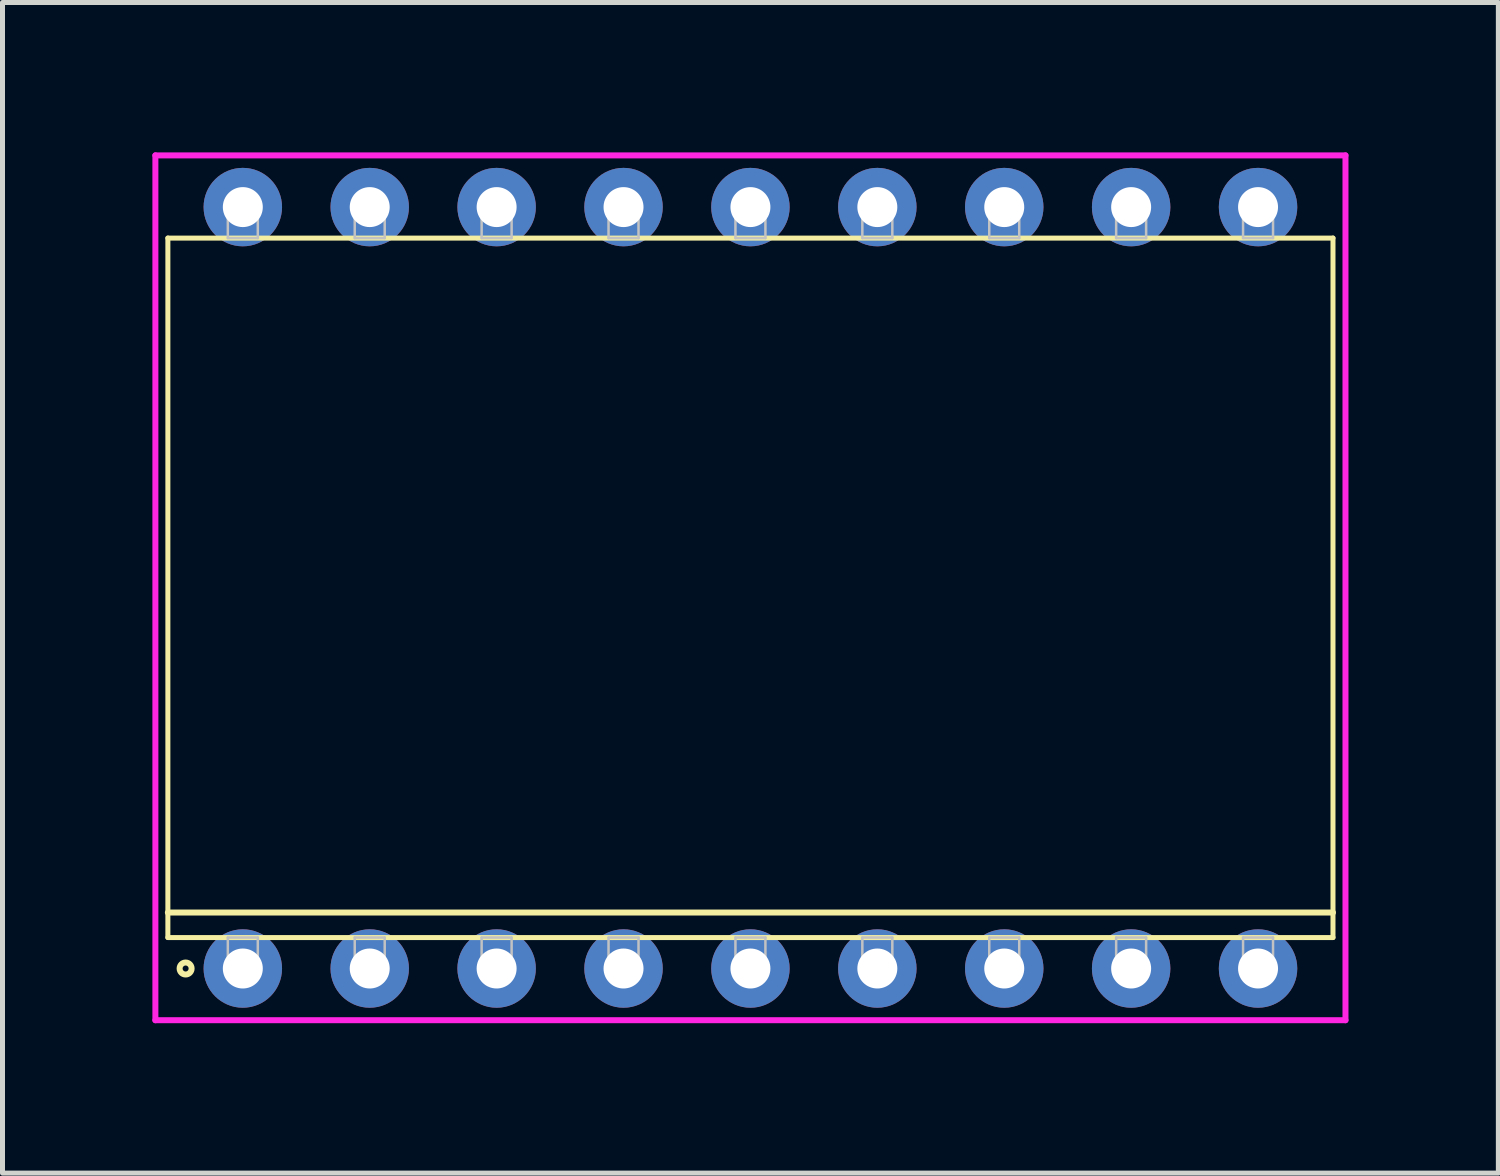
<source format=kicad_pcb>
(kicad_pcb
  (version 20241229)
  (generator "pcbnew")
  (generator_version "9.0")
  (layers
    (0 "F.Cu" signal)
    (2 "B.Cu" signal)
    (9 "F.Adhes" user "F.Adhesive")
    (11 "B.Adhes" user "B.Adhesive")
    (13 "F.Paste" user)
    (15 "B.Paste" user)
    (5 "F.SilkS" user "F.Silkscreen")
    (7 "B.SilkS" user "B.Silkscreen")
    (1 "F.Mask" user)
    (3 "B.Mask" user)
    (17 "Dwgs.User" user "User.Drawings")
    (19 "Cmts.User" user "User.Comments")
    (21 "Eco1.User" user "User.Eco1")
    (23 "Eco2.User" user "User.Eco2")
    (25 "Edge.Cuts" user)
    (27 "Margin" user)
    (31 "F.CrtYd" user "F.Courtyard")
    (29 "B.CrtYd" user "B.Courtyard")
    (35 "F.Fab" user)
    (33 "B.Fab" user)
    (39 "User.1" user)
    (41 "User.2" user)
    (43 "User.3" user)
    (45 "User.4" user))
  (footprint "DIP254P2332x1400-18"
    (layer "F.Cu")
    (at 11.97 8.715)
    (property "Reference" "DIP254P2332x1400-18" (at 0 3 0) (layer "User.1") (effects (font (size 1 1) (thickness 0.1))))
    (attr through_hole)
    (fp_line (start -11.66 -7) (end -11.66 7) (stroke (width 0.1) (type solid)) (layer "F.SilkS"))
    (fp_line (start -11.66 6.5) (end 11.66 6.5) (stroke (width 0.12) (type solid)) (layer "F.SilkS"))
    (fp_line (start -11.66 7) (end 11.66 7) (stroke (width 0.1) (type solid)) (layer "F.SilkS"))
    (fp_line (start 11.66 -7) (end -11.66 -7) (stroke (width 0.1) (type solid)) (layer "F.SilkS"))
    (fp_line (start 11.66 7) (end 11.66 -7) (stroke (width 0.1) (type solid)) (layer "F.SilkS"))
    (fp_circle (center -11.305 7.62) (end -11.185 7.62) (stroke (width 0.12) (type solid)) (fill no) (layer "F.SilkS"))
    (fp_line (start -10.46 -7.62) (end -10.46 -7) (stroke (width 0.05) (type solid)) (layer "Dwgs.User"))
    (fp_line (start -10.46 -7) (end -9.86 -7) (stroke (width 0.05) (type solid)) (layer "Dwgs.User"))
    (fp_line (start -10.46 7) (end -9.86 7) (stroke (width 0.05) (type solid)) (layer "Dwgs.User"))
    (fp_line (start -10.46 7.62) (end -10.46 7) (stroke (width 0.05) (type solid)) (layer "Dwgs.User"))
    (fp_line (start -9.86 -7.62) (end -10.46 -7.62) (stroke (width 0.05) (type solid)) (layer "Dwgs.User"))
    (fp_line (start -9.86 -7) (end -9.86 -7.62) (stroke (width 0.05) (type solid)) (layer "Dwgs.User"))
    (fp_line (start -9.86 7) (end -9.86 7.62) (stroke (width 0.05) (type solid)) (layer "Dwgs.User"))
    (fp_line (start -9.86 7.62) (end -10.46 7.62) (stroke (width 0.05) (type solid)) (layer "Dwgs.User"))
    (fp_line (start -7.92 -7.62) (end -7.92 -7) (stroke (width 0.05) (type solid)) (layer "Dwgs.User"))
    (fp_line (start -7.92 -7) (end -7.32 -7) (stroke (width 0.05) (type solid)) (layer "Dwgs.User"))
    (fp_line (start -7.92 7) (end -7.32 7) (stroke (width 0.05) (type solid)) (layer "Dwgs.User"))
    (fp_line (start -7.92 7.62) (end -7.92 7) (stroke (width 0.05) (type solid)) (layer "Dwgs.User"))
    (fp_line (start -7.32 -7.62) (end -7.92 -7.62) (stroke (width 0.05) (type solid)) (layer "Dwgs.User"))
    (fp_line (start -7.32 -7) (end -7.32 -7.62) (stroke (width 0.05) (type solid)) (layer "Dwgs.User"))
    (fp_line (start -7.32 7) (end -7.32 7.62) (stroke (width 0.05) (type solid)) (layer "Dwgs.User"))
    (fp_line (start -7.32 7.62) (end -7.92 7.62) (stroke (width 0.05) (type solid)) (layer "Dwgs.User"))
    (fp_line (start -5.38 -7.62) (end -5.38 -7) (stroke (width 0.05) (type solid)) (layer "Dwgs.User"))
    (fp_line (start -5.38 -7) (end -4.78 -7) (stroke (width 0.05) (type solid)) (layer "Dwgs.User"))
    (fp_line (start -5.38 7) (end -4.78 7) (stroke (width 0.05) (type solid)) (layer "Dwgs.User"))
    (fp_line (start -5.38 7.62) (end -5.38 7) (stroke (width 0.05) (type solid)) (layer "Dwgs.User"))
    (fp_line (start -4.78 -7.62) (end -5.38 -7.62) (stroke (width 0.05) (type solid)) (layer "Dwgs.User"))
    (fp_line (start -4.78 -7) (end -4.78 -7.62) (stroke (width 0.05) (type solid)) (layer "Dwgs.User"))
    (fp_line (start -4.78 7) (end -4.78 7.62) (stroke (width 0.05) (type solid)) (layer "Dwgs.User"))
    (fp_line (start -4.78 7.62) (end -5.38 7.62) (stroke (width 0.05) (type solid)) (layer "Dwgs.User"))
    (fp_line (start -2.84 -7.62) (end -2.84 -7) (stroke (width 0.05) (type solid)) (layer "Dwgs.User"))
    (fp_line (start -2.84 -7) (end -2.24 -7) (stroke (width 0.05) (type solid)) (layer "Dwgs.User"))
    (fp_line (start -2.84 7) (end -2.24 7) (stroke (width 0.05) (type solid)) (layer "Dwgs.User"))
    (fp_line (start -2.84 7.62) (end -2.84 7) (stroke (width 0.05) (type solid)) (layer "Dwgs.User"))
    (fp_line (start -2.24 -7.62) (end -2.84 -7.62) (stroke (width 0.05) (type solid)) (layer "Dwgs.User"))
    (fp_line (start -2.24 -7) (end -2.24 -7.62) (stroke (width 0.05) (type solid)) (layer "Dwgs.User"))
    (fp_line (start -2.24 7) (end -2.24 7.62) (stroke (width 0.05) (type solid)) (layer "Dwgs.User"))
    (fp_line (start -2.24 7.62) (end -2.84 7.62) (stroke (width 0.05) (type solid)) (layer "Dwgs.User"))
    (fp_line (start -0.3 -7.62) (end -0.3 -7) (stroke (width 0.05) (type solid)) (layer "Dwgs.User"))
    (fp_line (start -0.3 -7) (end 0.3 -7) (stroke (width 0.05) (type solid)) (layer "Dwgs.User"))
    (fp_line (start -0.3 7) (end 0.3 7) (stroke (width 0.05) (type solid)) (layer "Dwgs.User"))
    (fp_line (start -0.3 7.62) (end -0.3 7) (stroke (width 0.05) (type solid)) (layer "Dwgs.User"))
    (fp_line (start 0.3 -7.62) (end -0.3 -7.62) (stroke (width 0.05) (type solid)) (layer "Dwgs.User"))
    (fp_line (start 0.3 -7) (end 0.3 -7.62) (stroke (width 0.05) (type solid)) (layer "Dwgs.User"))
    (fp_line (start 0.3 7) (end 0.3 7.62) (stroke (width 0.05) (type solid)) (layer "Dwgs.User"))
    (fp_line (start 0.3 7.62) (end -0.3 7.62) (stroke (width 0.05) (type solid)) (layer "Dwgs.User"))
    (fp_line (start 2.24 -7.62) (end 2.24 -7) (stroke (width 0.05) (type solid)) (layer "Dwgs.User"))
    (fp_line (start 2.24 -7) (end 2.84 -7) (stroke (width 0.05) (type solid)) (layer "Dwgs.User"))
    (fp_line (start 2.24 7) (end 2.84 7) (stroke (width 0.05) (type solid)) (layer "Dwgs.User"))
    (fp_line (start 2.24 7.62) (end 2.24 7) (stroke (width 0.05) (type solid)) (layer "Dwgs.User"))
    (fp_line (start 2.84 -7.62) (end 2.24 -7.62) (stroke (width 0.05) (type solid)) (layer "Dwgs.User"))
    (fp_line (start 2.84 -7) (end 2.84 -7.62) (stroke (width 0.05) (type solid)) (layer "Dwgs.User"))
    (fp_line (start 2.84 7) (end 2.84 7.62) (stroke (width 0.05) (type solid)) (layer "Dwgs.User"))
    (fp_line (start 2.84 7.62) (end 2.24 7.62) (stroke (width 0.05) (type solid)) (layer "Dwgs.User"))
    (fp_line (start 4.78 -7.62) (end 4.78 -7) (stroke (width 0.05) (type solid)) (layer "Dwgs.User"))
    (fp_line (start 4.78 -7) (end 5.38 -7) (stroke (width 0.05) (type solid)) (layer "Dwgs.User"))
    (fp_line (start 4.78 7) (end 5.38 7) (stroke (width 0.05) (type solid)) (layer "Dwgs.User"))
    (fp_line (start 4.78 7.62) (end 4.78 7) (stroke (width 0.05) (type solid)) (layer "Dwgs.User"))
    (fp_line (start 5.38 -7.62) (end 4.78 -7.62) (stroke (width 0.05) (type solid)) (layer "Dwgs.User"))
    (fp_line (start 5.38 -7) (end 5.38 -7.62) (stroke (width 0.05) (type solid)) (layer "Dwgs.User"))
    (fp_line (start 5.38 7) (end 5.38 7.62) (stroke (width 0.05) (type solid)) (layer "Dwgs.User"))
    (fp_line (start 5.38 7.62) (end 4.78 7.62) (stroke (width 0.05) (type solid)) (layer "Dwgs.User"))
    (fp_line (start 7.32 -7.62) (end 7.32 -7) (stroke (width 0.05) (type solid)) (layer "Dwgs.User"))
    (fp_line (start 7.32 -7) (end 7.92 -7) (stroke (width 0.05) (type solid)) (layer "Dwgs.User"))
    (fp_line (start 7.32 7) (end 7.92 7) (stroke (width 0.05) (type solid)) (layer "Dwgs.User"))
    (fp_line (start 7.32 7.62) (end 7.32 7) (stroke (width 0.05) (type solid)) (layer "Dwgs.User"))
    (fp_line (start 7.92 -7.62) (end 7.32 -7.62) (stroke (width 0.05) (type solid)) (layer "Dwgs.User"))
    (fp_line (start 7.92 -7) (end 7.92 -7.62) (stroke (width 0.05) (type solid)) (layer "Dwgs.User"))
    (fp_line (start 7.92 7) (end 7.92 7.62) (stroke (width 0.05) (type solid)) (layer "Dwgs.User"))
    (fp_line (start 7.92 7.62) (end 7.32 7.62) (stroke (width 0.05) (type solid)) (layer "Dwgs.User"))
    (fp_line (start 9.86 -7.62) (end 9.86 -7) (stroke (width 0.05) (type solid)) (layer "Dwgs.User"))
    (fp_line (start 9.86 -7) (end 10.46 -7) (stroke (width 0.05) (type solid)) (layer "Dwgs.User"))
    (fp_line (start 9.86 7) (end 10.46 7) (stroke (width 0.05) (type solid)) (layer "Dwgs.User"))
    (fp_line (start 9.86 7.62) (end 9.86 7) (stroke (width 0.05) (type solid)) (layer "Dwgs.User"))
    (fp_line (start 10.46 -7.62) (end 9.86 -7.62) (stroke (width 0.05) (type solid)) (layer "Dwgs.User"))
    (fp_line (start 10.46 -7) (end 10.46 -7.62) (stroke (width 0.05) (type solid)) (layer "Dwgs.User"))
    (fp_line (start 10.46 7) (end 10.46 7.62) (stroke (width 0.05) (type solid)) (layer "Dwgs.User"))
    (fp_line (start 10.46 7.62) (end 9.86 7.62) (stroke (width 0.05) (type solid)) (layer "Dwgs.User"))
    (fp_line (start -11.91 -8.655) (end -11.91 8.655) (stroke (width 0.12) (type solid)) (layer "F.CrtYd"))
    (fp_line (start -11.91 8.655) (end 11.91 8.655) (stroke (width 0.12) (type solid)) (layer "F.CrtYd"))
    (fp_line (start 11.91 -8.655) (end -11.91 -8.655) (stroke (width 0.12) (type solid)) (layer "F.CrtYd"))
    (fp_line (start 11.91 8.655) (end 11.91 -8.655) (stroke (width 0.12) (type solid)) (layer "F.CrtYd"))
    (pad "1" thru_hole oval (at -10.16 -7.62) (size 1.57 1.57) (drill 0.8) (layers "*.Cu" "*.Mask"))
    (pad "1" thru_hole oval (at -10.16 7.62) (size 1.57 1.57) (drill 0.8) (layers "*.Cu" "*.Mask"))
    (pad "1" thru_hole oval (at -7.62 -7.62) (size 1.57 1.57) (drill 0.8) (layers "*.Cu" "*.Mask"))
    (pad "1" thru_hole oval (at -5.08 -7.62) (size 1.57 1.57) (drill 0.8) (layers "*.Cu" "*.Mask"))
    (pad "1" thru_hole oval (at -2.54 -7.62) (size 1.57 1.57) (drill 0.8) (layers "*.Cu" "*.Mask"))
    (pad "1" thru_hole oval (at 0 -7.62) (size 1.57 1.57) (drill 0.8) (layers "*.Cu" "*.Mask"))
    (pad "1" thru_hole oval (at 2.54 -7.62) (size 1.57 1.57) (drill 0.8) (layers "*.Cu" "*.Mask"))
    (pad "1" thru_hole oval (at 5.08 -7.62) (size 1.57 1.57) (drill 0.8) (layers "*.Cu" "*.Mask"))
    (pad "1" thru_hole oval (at 7.62 -7.62) (size 1.57 1.57) (drill 0.8) (layers "*.Cu" "*.Mask"))
    (pad "1" thru_hole oval (at 10.16 -7.62) (size 1.57 1.57) (drill 0.8) (layers "*.Cu" "*.Mask"))
    (pad "2" thru_hole oval (at -7.62 7.62) (size 1.57 1.57) (drill 0.8) (layers "*.Cu" "*.Mask"))
    (pad "3" thru_hole oval (at -5.08 7.62) (size 1.57 1.57) (drill 0.8) (layers "*.Cu" "*.Mask"))
    (pad "4" thru_hole oval (at -2.54 7.62) (size 1.57 1.57) (drill 0.8) (layers "*.Cu" "*.Mask"))
    (pad "5" thru_hole oval (at 0 7.62) (size 1.57 1.57) (drill 0.8) (layers "*.Cu" "*.Mask"))
    (pad "6" thru_hole oval (at 2.54 7.62) (size 1.57 1.57) (drill 0.8) (layers "*.Cu" "*.Mask"))
    (pad "7" thru_hole oval (at 5.08 7.62) (size 1.57 1.57) (drill 0.8) (layers "*.Cu" "*.Mask"))
    (pad "8" thru_hole oval (at 7.62 7.62) (size 1.57 1.57) (drill 0.8) (layers "*.Cu" "*.Mask"))
    (pad "9" thru_hole oval (at 10.16 7.62) (size 1.57 1.57) (drill 0.8) (layers "*.Cu" "*.Mask")))
  (gr_rect
    (start -3 -3)
    (end 26.94 20.43)
    (stroke (width 0.1) (type default))
    (fill no)
    (layer "Edge.Cuts")))
</source>
